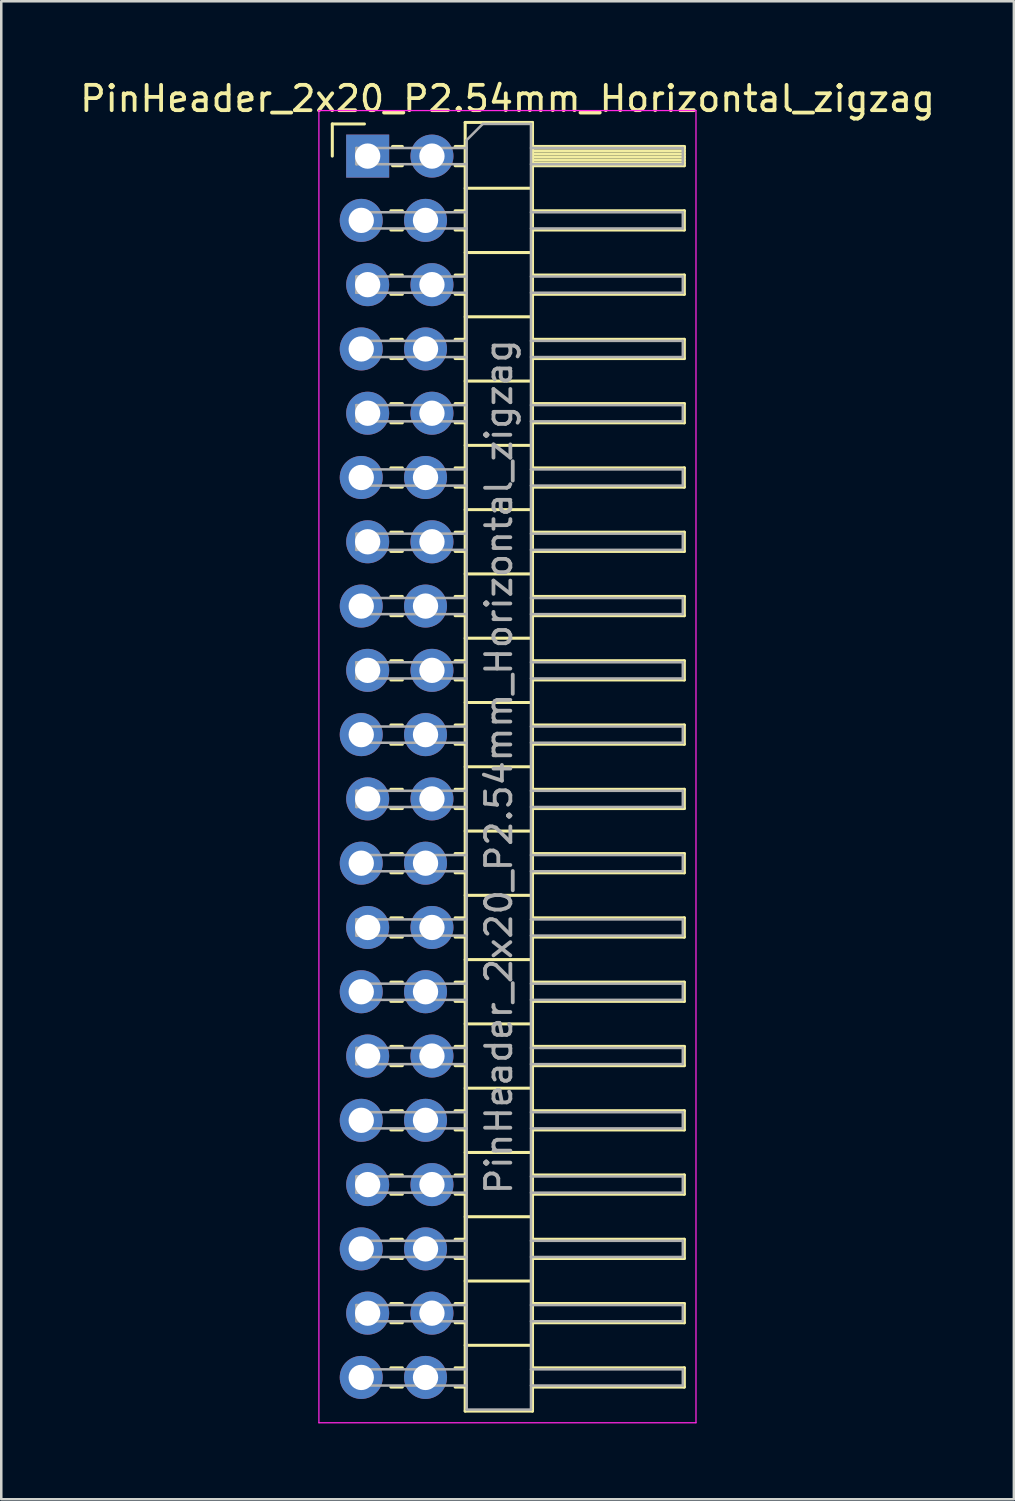
<source format=kicad_pcb>
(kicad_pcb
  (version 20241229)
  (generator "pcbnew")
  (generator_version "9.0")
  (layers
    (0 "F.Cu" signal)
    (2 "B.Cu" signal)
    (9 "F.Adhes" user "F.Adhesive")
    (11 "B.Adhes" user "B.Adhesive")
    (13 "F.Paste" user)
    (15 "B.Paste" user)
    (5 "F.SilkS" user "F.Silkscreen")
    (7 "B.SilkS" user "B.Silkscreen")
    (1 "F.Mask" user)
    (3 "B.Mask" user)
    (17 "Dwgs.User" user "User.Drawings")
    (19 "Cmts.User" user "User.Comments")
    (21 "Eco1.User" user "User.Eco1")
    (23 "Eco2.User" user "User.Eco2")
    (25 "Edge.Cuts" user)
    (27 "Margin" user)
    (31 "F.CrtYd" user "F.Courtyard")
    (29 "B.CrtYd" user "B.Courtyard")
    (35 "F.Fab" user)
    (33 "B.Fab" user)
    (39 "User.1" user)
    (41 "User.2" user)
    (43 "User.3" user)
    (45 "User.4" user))
  (footprint "PinHeader_2x20_P2.54mm_Horizontal_zigzag"
    (layer "F.Cu")
    (at 11.351 3.118)
    (property "Reference" "PinHeader_2x20_P2.54mm_Horizontal_zigzag" (at 5.655 -2.27 0) (layer "F.SilkS") (effects (font (size 1 1) (thickness 0.15))))
    (attr through_hole)
    (fp_line (start -1.27 -1.27) (end 0 -1.27) (stroke (width 0.12) (type solid)) (layer "F.SilkS"))
    (fp_line (start -1.27 0) (end -1.27 -1.27) (stroke (width 0.12) (type solid)) (layer "F.SilkS"))
    (fp_line (start 1.043 2.16) (end 1.497 2.16) (stroke (width 0.12) (type solid)) (layer "F.SilkS"))
    (fp_line (start 1.043 2.92) (end 1.497 2.92) (stroke (width 0.12) (type solid)) (layer "F.SilkS"))
    (fp_line (start 1.043 4.7) (end 1.497 4.7) (stroke (width 0.12) (type solid)) (layer "F.SilkS"))
    (fp_line (start 1.043 5.46) (end 1.497 5.46) (stroke (width 0.12) (type solid)) (layer "F.SilkS"))
    (fp_line (start 1.043 7.24) (end 1.497 7.24) (stroke (width 0.12) (type solid)) (layer "F.SilkS"))
    (fp_line (start 1.043 8) (end 1.497 8) (stroke (width 0.12) (type solid)) (layer "F.SilkS"))
    (fp_line (start 1.043 9.78) (end 1.497 9.78) (stroke (width 0.12) (type solid)) (layer "F.SilkS"))
    (fp_line (start 1.043 10.54) (end 1.497 10.54) (stroke (width 0.12) (type solid)) (layer "F.SilkS"))
    (fp_line (start 1.043 12.32) (end 1.497 12.32) (stroke (width 0.12) (type solid)) (layer "F.SilkS"))
    (fp_line (start 1.043 13.08) (end 1.497 13.08) (stroke (width 0.12) (type solid)) (layer "F.SilkS"))
    (fp_line (start 1.043 14.86) (end 1.497 14.86) (stroke (width 0.12) (type solid)) (layer "F.SilkS"))
    (fp_line (start 1.043 15.62) (end 1.497 15.62) (stroke (width 0.12) (type solid)) (layer "F.SilkS"))
    (fp_line (start 1.043 17.4) (end 1.497 17.4) (stroke (width 0.12) (type solid)) (layer "F.SilkS"))
    (fp_line (start 1.043 18.16) (end 1.497 18.16) (stroke (width 0.12) (type solid)) (layer "F.SilkS"))
    (fp_line (start 1.043 19.94) (end 1.497 19.94) (stroke (width 0.12) (type solid)) (layer "F.SilkS"))
    (fp_line (start 1.043 20.7) (end 1.497 20.7) (stroke (width 0.12) (type solid)) (layer "F.SilkS"))
    (fp_line (start 1.043 22.48) (end 1.497 22.48) (stroke (width 0.12) (type solid)) (layer "F.SilkS"))
    (fp_line (start 1.043 23.24) (end 1.497 23.24) (stroke (width 0.12) (type solid)) (layer "F.SilkS"))
    (fp_line (start 1.043 25.02) (end 1.497 25.02) (stroke (width 0.12) (type solid)) (layer "F.SilkS"))
    (fp_line (start 1.043 25.78) (end 1.497 25.78) (stroke (width 0.12) (type solid)) (layer "F.SilkS"))
    (fp_line (start 1.043 27.56) (end 1.497 27.56) (stroke (width 0.12) (type solid)) (layer "F.SilkS"))
    (fp_line (start 1.043 28.32) (end 1.497 28.32) (stroke (width 0.12) (type solid)) (layer "F.SilkS"))
    (fp_line (start 1.043 30.1) (end 1.497 30.1) (stroke (width 0.12) (type solid)) (layer "F.SilkS"))
    (fp_line (start 1.043 30.86) (end 1.497 30.86) (stroke (width 0.12) (type solid)) (layer "F.SilkS"))
    (fp_line (start 1.043 32.64) (end 1.497 32.64) (stroke (width 0.12) (type solid)) (layer "F.SilkS"))
    (fp_line (start 1.043 33.4) (end 1.497 33.4) (stroke (width 0.12) (type solid)) (layer "F.SilkS"))
    (fp_line (start 1.043 35.18) (end 1.497 35.18) (stroke (width 0.12) (type solid)) (layer "F.SilkS"))
    (fp_line (start 1.043 35.94) (end 1.497 35.94) (stroke (width 0.12) (type solid)) (layer "F.SilkS"))
    (fp_line (start 1.043 37.72) (end 1.497 37.72) (stroke (width 0.12) (type solid)) (layer "F.SilkS"))
    (fp_line (start 1.043 38.48) (end 1.497 38.48) (stroke (width 0.12) (type solid)) (layer "F.SilkS"))
    (fp_line (start 1.043 40.26) (end 1.497 40.26) (stroke (width 0.12) (type solid)) (layer "F.SilkS"))
    (fp_line (start 1.043 41.02) (end 1.497 41.02) (stroke (width 0.12) (type solid)) (layer "F.SilkS"))
    (fp_line (start 1.043 42.8) (end 1.497 42.8) (stroke (width 0.12) (type solid)) (layer "F.SilkS"))
    (fp_line (start 1.043 43.56) (end 1.497 43.56) (stroke (width 0.12) (type solid)) (layer "F.SilkS"))
    (fp_line (start 1.043 45.34) (end 1.497 45.34) (stroke (width 0.12) (type solid)) (layer "F.SilkS"))
    (fp_line (start 1.043 46.1) (end 1.497 46.1) (stroke (width 0.12) (type solid)) (layer "F.SilkS"))
    (fp_line (start 1.043 47.88) (end 1.497 47.88) (stroke (width 0.12) (type solid)) (layer "F.SilkS"))
    (fp_line (start 1.043 48.64) (end 1.497 48.64) (stroke (width 0.12) (type solid)) (layer "F.SilkS"))
    (fp_line (start 1.11 -0.38) (end 1.497 -0.38) (stroke (width 0.12) (type solid)) (layer "F.SilkS"))
    (fp_line (start 1.11 0.38) (end 1.497 0.38) (stroke (width 0.12) (type solid)) (layer "F.SilkS"))
    (fp_line (start 3.583 -0.38) (end 3.98 -0.38) (stroke (width 0.12) (type solid)) (layer "F.SilkS"))
    (fp_line (start 3.583 0.38) (end 3.98 0.38) (stroke (width 0.12) (type solid)) (layer "F.SilkS"))
    (fp_line (start 3.583 2.16) (end 3.98 2.16) (stroke (width 0.12) (type solid)) (layer "F.SilkS"))
    (fp_line (start 3.583 2.92) (end 3.98 2.92) (stroke (width 0.12) (type solid)) (layer "F.SilkS"))
    (fp_line (start 3.583 4.7) (end 3.98 4.7) (stroke (width 0.12) (type solid)) (layer "F.SilkS"))
    (fp_line (start 3.583 5.46) (end 3.98 5.46) (stroke (width 0.12) (type solid)) (layer "F.SilkS"))
    (fp_line (start 3.583 7.24) (end 3.98 7.24) (stroke (width 0.12) (type solid)) (layer "F.SilkS"))
    (fp_line (start 3.583 8) (end 3.98 8) (stroke (width 0.12) (type solid)) (layer "F.SilkS"))
    (fp_line (start 3.583 9.78) (end 3.98 9.78) (stroke (width 0.12) (type solid)) (layer "F.SilkS"))
    (fp_line (start 3.583 10.54) (end 3.98 10.54) (stroke (width 0.12) (type solid)) (layer "F.SilkS"))
    (fp_line (start 3.583 12.32) (end 3.98 12.32) (stroke (width 0.12) (type solid)) (layer "F.SilkS"))
    (fp_line (start 3.583 13.08) (end 3.98 13.08) (stroke (width 0.12) (type solid)) (layer "F.SilkS"))
    (fp_line (start 3.583 14.86) (end 3.98 14.86) (stroke (width 0.12) (type solid)) (layer "F.SilkS"))
    (fp_line (start 3.583 15.62) (end 3.98 15.62) (stroke (width 0.12) (type solid)) (layer "F.SilkS"))
    (fp_line (start 3.583 17.4) (end 3.98 17.4) (stroke (width 0.12) (type solid)) (layer "F.SilkS"))
    (fp_line (start 3.583 18.16) (end 3.98 18.16) (stroke (width 0.12) (type solid)) (layer "F.SilkS"))
    (fp_line (start 3.583 19.94) (end 3.98 19.94) (stroke (width 0.12) (type solid)) (layer "F.SilkS"))
    (fp_line (start 3.583 20.7) (end 3.98 20.7) (stroke (width 0.12) (type solid)) (layer "F.SilkS"))
    (fp_line (start 3.583 22.48) (end 3.98 22.48) (stroke (width 0.12) (type solid)) (layer "F.SilkS"))
    (fp_line (start 3.583 23.24) (end 3.98 23.24) (stroke (width 0.12) (type solid)) (layer "F.SilkS"))
    (fp_line (start 3.583 25.02) (end 3.98 25.02) (stroke (width 0.12) (type solid)) (layer "F.SilkS"))
    (fp_line (start 3.583 25.78) (end 3.98 25.78) (stroke (width 0.12) (type solid)) (layer "F.SilkS"))
    (fp_line (start 3.583 27.56) (end 3.98 27.56) (stroke (width 0.12) (type solid)) (layer "F.SilkS"))
    (fp_line (start 3.583 28.32) (end 3.98 28.32) (stroke (width 0.12) (type solid)) (layer "F.SilkS"))
    (fp_line (start 3.583 30.1) (end 3.98 30.1) (stroke (width 0.12) (type solid)) (layer "F.SilkS"))
    (fp_line (start 3.583 30.86) (end 3.98 30.86) (stroke (width 0.12) (type solid)) (layer "F.SilkS"))
    (fp_line (start 3.583 32.64) (end 3.98 32.64) (stroke (width 0.12) (type solid)) (layer "F.SilkS"))
    (fp_line (start 3.583 33.4) (end 3.98 33.4) (stroke (width 0.12) (type solid)) (layer "F.SilkS"))
    (fp_line (start 3.583 35.18) (end 3.98 35.18) (stroke (width 0.12) (type solid)) (layer "F.SilkS"))
    (fp_line (start 3.583 35.94) (end 3.98 35.94) (stroke (width 0.12) (type solid)) (layer "F.SilkS"))
    (fp_line (start 3.583 37.72) (end 3.98 37.72) (stroke (width 0.12) (type solid)) (layer "F.SilkS"))
    (fp_line (start 3.583 38.48) (end 3.98 38.48) (stroke (width 0.12) (type solid)) (layer "F.SilkS"))
    (fp_line (start 3.583 40.26) (end 3.98 40.26) (stroke (width 0.12) (type solid)) (layer "F.SilkS"))
    (fp_line (start 3.583 41.02) (end 3.98 41.02) (stroke (width 0.12) (type solid)) (layer "F.SilkS"))
    (fp_line (start 3.583 42.8) (end 3.98 42.8) (stroke (width 0.12) (type solid)) (layer "F.SilkS"))
    (fp_line (start 3.583 43.56) (end 3.98 43.56) (stroke (width 0.12) (type solid)) (layer "F.SilkS"))
    (fp_line (start 3.583 45.34) (end 3.98 45.34) (stroke (width 0.12) (type solid)) (layer "F.SilkS"))
    (fp_line (start 3.583 46.1) (end 3.98 46.1) (stroke (width 0.12) (type solid)) (layer "F.SilkS"))
    (fp_line (start 3.583 47.88) (end 3.98 47.88) (stroke (width 0.12) (type solid)) (layer "F.SilkS"))
    (fp_line (start 3.583 48.64) (end 3.98 48.64) (stroke (width 0.12) (type solid)) (layer "F.SilkS"))
    (fp_line (start 3.98 -1.33) (end 3.98 49.59) (stroke (width 0.12) (type solid)) (layer "F.SilkS"))
    (fp_line (start 3.98 1.27) (end 6.64 1.27) (stroke (width 0.12) (type solid)) (layer "F.SilkS"))
    (fp_line (start 3.98 3.81) (end 6.64 3.81) (stroke (width 0.12) (type solid)) (layer "F.SilkS"))
    (fp_line (start 3.98 6.35) (end 6.64 6.35) (stroke (width 0.12) (type solid)) (layer "F.SilkS"))
    (fp_line (start 3.98 8.89) (end 6.64 8.89) (stroke (width 0.12) (type solid)) (layer "F.SilkS"))
    (fp_line (start 3.98 11.43) (end 6.64 11.43) (stroke (width 0.12) (type solid)) (layer "F.SilkS"))
    (fp_line (start 3.98 13.97) (end 6.64 13.97) (stroke (width 0.12) (type solid)) (layer "F.SilkS"))
    (fp_line (start 3.98 16.51) (end 6.64 16.51) (stroke (width 0.12) (type solid)) (layer "F.SilkS"))
    (fp_line (start 3.98 19.05) (end 6.64 19.05) (stroke (width 0.12) (type solid)) (layer "F.SilkS"))
    (fp_line (start 3.98 21.59) (end 6.64 21.59) (stroke (width 0.12) (type solid)) (layer "F.SilkS"))
    (fp_line (start 3.98 24.13) (end 6.64 24.13) (stroke (width 0.12) (type solid)) (layer "F.SilkS"))
    (fp_line (start 3.98 26.67) (end 6.64 26.67) (stroke (width 0.12) (type solid)) (layer "F.SilkS"))
    (fp_line (start 3.98 29.21) (end 6.64 29.21) (stroke (width 0.12) (type solid)) (layer "F.SilkS"))
    (fp_line (start 3.98 31.75) (end 6.64 31.75) (stroke (width 0.12) (type solid)) (layer "F.SilkS"))
    (fp_line (start 3.98 34.29) (end 6.64 34.29) (stroke (width 0.12) (type solid)) (layer "F.SilkS"))
    (fp_line (start 3.98 36.83) (end 6.64 36.83) (stroke (width 0.12) (type solid)) (layer "F.SilkS"))
    (fp_line (start 3.98 39.37) (end 6.64 39.37) (stroke (width 0.12) (type solid)) (layer "F.SilkS"))
    (fp_line (start 3.98 41.91) (end 6.64 41.91) (stroke (width 0.12) (type solid)) (layer "F.SilkS"))
    (fp_line (start 3.98 44.45) (end 6.64 44.45) (stroke (width 0.12) (type solid)) (layer "F.SilkS"))
    (fp_line (start 3.98 46.99) (end 6.64 46.99) (stroke (width 0.12) (type solid)) (layer "F.SilkS"))
    (fp_line (start 3.98 49.59) (end 6.64 49.59) (stroke (width 0.12) (type solid)) (layer "F.SilkS"))
    (fp_line (start 6.64 -1.33) (end 3.98 -1.33) (stroke (width 0.12) (type solid)) (layer "F.SilkS"))
    (fp_line (start 6.64 -0.38) (end 12.64 -0.38) (stroke (width 0.12) (type solid)) (layer "F.SilkS"))
    (fp_line (start 6.64 -0.32) (end 12.64 -0.32) (stroke (width 0.12) (type solid)) (layer "F.SilkS"))
    (fp_line (start 6.64 -0.2) (end 12.64 -0.2) (stroke (width 0.12) (type solid)) (layer "F.SilkS"))
    (fp_line (start 6.64 -0.08) (end 12.64 -0.08) (stroke (width 0.12) (type solid)) (layer "F.SilkS"))
    (fp_line (start 6.64 0.04) (end 12.64 0.04) (stroke (width 0.12) (type solid)) (layer "F.SilkS"))
    (fp_line (start 6.64 0.16) (end 12.64 0.16) (stroke (width 0.12) (type solid)) (layer "F.SilkS"))
    (fp_line (start 6.64 0.28) (end 12.64 0.28) (stroke (width 0.12) (type solid)) (layer "F.SilkS"))
    (fp_line (start 6.64 2.16) (end 12.64 2.16) (stroke (width 0.12) (type solid)) (layer "F.SilkS"))
    (fp_line (start 6.64 4.7) (end 12.64 4.7) (stroke (width 0.12) (type solid)) (layer "F.SilkS"))
    (fp_line (start 6.64 7.24) (end 12.64 7.24) (stroke (width 0.12) (type solid)) (layer "F.SilkS"))
    (fp_line (start 6.64 9.78) (end 12.64 9.78) (stroke (width 0.12) (type solid)) (layer "F.SilkS"))
    (fp_line (start 6.64 12.32) (end 12.64 12.32) (stroke (width 0.12) (type solid)) (layer "F.SilkS"))
    (fp_line (start 6.64 14.86) (end 12.64 14.86) (stroke (width 0.12) (type solid)) (layer "F.SilkS"))
    (fp_line (start 6.64 17.4) (end 12.64 17.4) (stroke (width 0.12) (type solid)) (layer "F.SilkS"))
    (fp_line (start 6.64 19.94) (end 12.64 19.94) (stroke (width 0.12) (type solid)) (layer "F.SilkS"))
    (fp_line (start 6.64 22.48) (end 12.64 22.48) (stroke (width 0.12) (type solid)) (layer "F.SilkS"))
    (fp_line (start 6.64 25.02) (end 12.64 25.02) (stroke (width 0.12) (type solid)) (layer "F.SilkS"))
    (fp_line (start 6.64 27.56) (end 12.64 27.56) (stroke (width 0.12) (type solid)) (layer "F.SilkS"))
    (fp_line (start 6.64 30.1) (end 12.64 30.1) (stroke (width 0.12) (type solid)) (layer "F.SilkS"))
    (fp_line (start 6.64 32.64) (end 12.64 32.64) (stroke (width 0.12) (type solid)) (layer "F.SilkS"))
    (fp_line (start 6.64 35.18) (end 12.64 35.18) (stroke (width 0.12) (type solid)) (layer "F.SilkS"))
    (fp_line (start 6.64 37.72) (end 12.64 37.72) (stroke (width 0.12) (type solid)) (layer "F.SilkS"))
    (fp_line (start 6.64 40.26) (end 12.64 40.26) (stroke (width 0.12) (type solid)) (layer "F.SilkS"))
    (fp_line (start 6.64 42.8) (end 12.64 42.8) (stroke (width 0.12) (type solid)) (layer "F.SilkS"))
    (fp_line (start 6.64 45.34) (end 12.64 45.34) (stroke (width 0.12) (type solid)) (layer "F.SilkS"))
    (fp_line (start 6.64 47.88) (end 12.64 47.88) (stroke (width 0.12) (type solid)) (layer "F.SilkS"))
    (fp_line (start 6.64 49.59) (end 6.64 -1.33) (stroke (width 0.12) (type solid)) (layer "F.SilkS"))
    (fp_line (start 12.64 -0.38) (end 12.64 0.38) (stroke (width 0.12) (type solid)) (layer "F.SilkS"))
    (fp_line (start 12.64 0.38) (end 6.64 0.38) (stroke (width 0.12) (type solid)) (layer "F.SilkS"))
    (fp_line (start 12.64 2.16) (end 12.64 2.92) (stroke (width 0.12) (type solid)) (layer "F.SilkS"))
    (fp_line (start 12.64 2.92) (end 6.64 2.92) (stroke (width 0.12) (type solid)) (layer "F.SilkS"))
    (fp_line (start 12.64 4.7) (end 12.64 5.46) (stroke (width 0.12) (type solid)) (layer "F.SilkS"))
    (fp_line (start 12.64 5.46) (end 6.64 5.46) (stroke (width 0.12) (type solid)) (layer "F.SilkS"))
    (fp_line (start 12.64 7.24) (end 12.64 8) (stroke (width 0.12) (type solid)) (layer "F.SilkS"))
    (fp_line (start 12.64 8) (end 6.64 8) (stroke (width 0.12) (type solid)) (layer "F.SilkS"))
    (fp_line (start 12.64 9.78) (end 12.64 10.54) (stroke (width 0.12) (type solid)) (layer "F.SilkS"))
    (fp_line (start 12.64 10.54) (end 6.64 10.54) (stroke (width 0.12) (type solid)) (layer "F.SilkS"))
    (fp_line (start 12.64 12.32) (end 12.64 13.08) (stroke (width 0.12) (type solid)) (layer "F.SilkS"))
    (fp_line (start 12.64 13.08) (end 6.64 13.08) (stroke (width 0.12) (type solid)) (layer "F.SilkS"))
    (fp_line (start 12.64 14.86) (end 12.64 15.62) (stroke (width 0.12) (type solid)) (layer "F.SilkS"))
    (fp_line (start 12.64 15.62) (end 6.64 15.62) (stroke (width 0.12) (type solid)) (layer "F.SilkS"))
    (fp_line (start 12.64 17.4) (end 12.64 18.16) (stroke (width 0.12) (type solid)) (layer "F.SilkS"))
    (fp_line (start 12.64 18.16) (end 6.64 18.16) (stroke (width 0.12) (type solid)) (layer "F.SilkS"))
    (fp_line (start 12.64 19.94) (end 12.64 20.7) (stroke (width 0.12) (type solid)) (layer "F.SilkS"))
    (fp_line (start 12.64 20.7) (end 6.64 20.7) (stroke (width 0.12) (type solid)) (layer "F.SilkS"))
    (fp_line (start 12.64 22.48) (end 12.64 23.24) (stroke (width 0.12) (type solid)) (layer "F.SilkS"))
    (fp_line (start 12.64 23.24) (end 6.64 23.24) (stroke (width 0.12) (type solid)) (layer "F.SilkS"))
    (fp_line (start 12.64 25.02) (end 12.64 25.78) (stroke (width 0.12) (type solid)) (layer "F.SilkS"))
    (fp_line (start 12.64 25.78) (end 6.64 25.78) (stroke (width 0.12) (type solid)) (layer "F.SilkS"))
    (fp_line (start 12.64 27.56) (end 12.64 28.32) (stroke (width 0.12) (type solid)) (layer "F.SilkS"))
    (fp_line (start 12.64 28.32) (end 6.64 28.32) (stroke (width 0.12) (type solid)) (layer "F.SilkS"))
    (fp_line (start 12.64 30.1) (end 12.64 30.86) (stroke (width 0.12) (type solid)) (layer "F.SilkS"))
    (fp_line (start 12.64 30.86) (end 6.64 30.86) (stroke (width 0.12) (type solid)) (layer "F.SilkS"))
    (fp_line (start 12.64 32.64) (end 12.64 33.4) (stroke (width 0.12) (type solid)) (layer "F.SilkS"))
    (fp_line (start 12.64 33.4) (end 6.64 33.4) (stroke (width 0.12) (type solid)) (layer "F.SilkS"))
    (fp_line (start 12.64 35.18) (end 12.64 35.94) (stroke (width 0.12) (type solid)) (layer "F.SilkS"))
    (fp_line (start 12.64 35.94) (end 6.64 35.94) (stroke (width 0.12) (type solid)) (layer "F.SilkS"))
    (fp_line (start 12.64 37.72) (end 12.64 38.48) (stroke (width 0.12) (type solid)) (layer "F.SilkS"))
    (fp_line (start 12.64 38.48) (end 6.64 38.48) (stroke (width 0.12) (type solid)) (layer "F.SilkS"))
    (fp_line (start 12.64 40.26) (end 12.64 41.02) (stroke (width 0.12) (type solid)) (layer "F.SilkS"))
    (fp_line (start 12.64 41.02) (end 6.64 41.02) (stroke (width 0.12) (type solid)) (layer "F.SilkS"))
    (fp_line (start 12.64 42.8) (end 12.64 43.56) (stroke (width 0.12) (type solid)) (layer "F.SilkS"))
    (fp_line (start 12.64 43.56) (end 6.64 43.56) (stroke (width 0.12) (type solid)) (layer "F.SilkS"))
    (fp_line (start 12.64 45.34) (end 12.64 46.1) (stroke (width 0.12) (type solid)) (layer "F.SilkS"))
    (fp_line (start 12.64 46.1) (end 6.64 46.1) (stroke (width 0.12) (type solid)) (layer "F.SilkS"))
    (fp_line (start 12.64 47.88) (end 12.64 48.64) (stroke (width 0.12) (type solid)) (layer "F.SilkS"))
    (fp_line (start 12.64 48.64) (end 6.64 48.64) (stroke (width 0.12) (type solid)) (layer "F.SilkS"))
    (fp_line (start -1.8 -1.8) (end -1.8 50.05) (stroke (width 0.05) (type solid)) (layer "F.CrtYd"))
    (fp_line (start -1.8 50.05) (end 13.1 50.05) (stroke (width 0.05) (type solid)) (layer "F.CrtYd"))
    (fp_line (start 13.1 -1.8) (end -1.8 -1.8) (stroke (width 0.05) (type solid)) (layer "F.CrtYd"))
    (fp_line (start 13.1 50.05) (end 13.1 -1.8) (stroke (width 0.05) (type solid)) (layer "F.CrtYd"))
    (fp_line (start -0.32 -0.32) (end -0.32 0.32) (stroke (width 0.1) (type solid)) (layer "F.Fab"))
    (fp_line (start -0.32 -0.32) (end 4.04 -0.32) (stroke (width 0.1) (type solid)) (layer "F.Fab"))
    (fp_line (start -0.32 0.32) (end 4.04 0.32) (stroke (width 0.1) (type solid)) (layer "F.Fab"))
    (fp_line (start -0.32 2.22) (end -0.32 2.86) (stroke (width 0.1) (type solid)) (layer "F.Fab"))
    (fp_line (start -0.32 2.22) (end 4.04 2.22) (stroke (width 0.1) (type solid)) (layer "F.Fab"))
    (fp_line (start -0.32 2.86) (end 4.04 2.86) (stroke (width 0.1) (type solid)) (layer "F.Fab"))
    (fp_line (start -0.32 4.76) (end -0.32 5.4) (stroke (width 0.1) (type solid)) (layer "F.Fab"))
    (fp_line (start -0.32 4.76) (end 4.04 4.76) (stroke (width 0.1) (type solid)) (layer "F.Fab"))
    (fp_line (start -0.32 5.4) (end 4.04 5.4) (stroke (width 0.1) (type solid)) (layer "F.Fab"))
    (fp_line (start -0.32 7.3) (end -0.32 7.94) (stroke (width 0.1) (type solid)) (layer "F.Fab"))
    (fp_line (start -0.32 7.3) (end 4.04 7.3) (stroke (width 0.1) (type solid)) (layer "F.Fab"))
    (fp_line (start -0.32 7.94) (end 4.04 7.94) (stroke (width 0.1) (type solid)) (layer "F.Fab"))
    (fp_line (start -0.32 9.84) (end -0.32 10.48) (stroke (width 0.1) (type solid)) (layer "F.Fab"))
    (fp_line (start -0.32 9.84) (end 4.04 9.84) (stroke (width 0.1) (type solid)) (layer "F.Fab"))
    (fp_line (start -0.32 10.48) (end 4.04 10.48) (stroke (width 0.1) (type solid)) (layer "F.Fab"))
    (fp_line (start -0.32 12.38) (end -0.32 13.02) (stroke (width 0.1) (type solid)) (layer "F.Fab"))
    (fp_line (start -0.32 12.38) (end 4.04 12.38) (stroke (width 0.1) (type solid)) (layer "F.Fab"))
    (fp_line (start -0.32 13.02) (end 4.04 13.02) (stroke (width 0.1) (type solid)) (layer "F.Fab"))
    (fp_line (start -0.32 14.92) (end -0.32 15.56) (stroke (width 0.1) (type solid)) (layer "F.Fab"))
    (fp_line (start -0.32 14.92) (end 4.04 14.92) (stroke (width 0.1) (type solid)) (layer "F.Fab"))
    (fp_line (start -0.32 15.56) (end 4.04 15.56) (stroke (width 0.1) (type solid)) (layer "F.Fab"))
    (fp_line (start -0.32 17.46) (end -0.32 18.1) (stroke (width 0.1) (type solid)) (layer "F.Fab"))
    (fp_line (start -0.32 17.46) (end 4.04 17.46) (stroke (width 0.1) (type solid)) (layer "F.Fab"))
    (fp_line (start -0.32 18.1) (end 4.04 18.1) (stroke (width 0.1) (type solid)) (layer "F.Fab"))
    (fp_line (start -0.32 20) (end -0.32 20.64) (stroke (width 0.1) (type solid)) (layer "F.Fab"))
    (fp_line (start -0.32 20) (end 4.04 20) (stroke (width 0.1) (type solid)) (layer "F.Fab"))
    (fp_line (start -0.32 20.64) (end 4.04 20.64) (stroke (width 0.1) (type solid)) (layer "F.Fab"))
    (fp_line (start -0.32 22.54) (end -0.32 23.18) (stroke (width 0.1) (type solid)) (layer "F.Fab"))
    (fp_line (start -0.32 22.54) (end 4.04 22.54) (stroke (width 0.1) (type solid)) (layer "F.Fab"))
    (fp_line (start -0.32 23.18) (end 4.04 23.18) (stroke (width 0.1) (type solid)) (layer "F.Fab"))
    (fp_line (start -0.32 25.08) (end -0.32 25.72) (stroke (width 0.1) (type solid)) (layer "F.Fab"))
    (fp_line (start -0.32 25.08) (end 4.04 25.08) (stroke (width 0.1) (type solid)) (layer "F.Fab"))
    (fp_line (start -0.32 25.72) (end 4.04 25.72) (stroke (width 0.1) (type solid)) (layer "F.Fab"))
    (fp_line (start -0.32 27.62) (end -0.32 28.26) (stroke (width 0.1) (type solid)) (layer "F.Fab"))
    (fp_line (start -0.32 27.62) (end 4.04 27.62) (stroke (width 0.1) (type solid)) (layer "F.Fab"))
    (fp_line (start -0.32 28.26) (end 4.04 28.26) (stroke (width 0.1) (type solid)) (layer "F.Fab"))
    (fp_line (start -0.32 30.16) (end -0.32 30.8) (stroke (width 0.1) (type solid)) (layer "F.Fab"))
    (fp_line (start -0.32 30.16) (end 4.04 30.16) (stroke (width 0.1) (type solid)) (layer "F.Fab"))
    (fp_line (start -0.32 30.8) (end 4.04 30.8) (stroke (width 0.1) (type solid)) (layer "F.Fab"))
    (fp_line (start -0.32 32.7) (end -0.32 33.34) (stroke (width 0.1) (type solid)) (layer "F.Fab"))
    (fp_line (start -0.32 32.7) (end 4.04 32.7) (stroke (width 0.1) (type solid)) (layer "F.Fab"))
    (fp_line (start -0.32 33.34) (end 4.04 33.34) (stroke (width 0.1) (type solid)) (layer "F.Fab"))
    (fp_line (start -0.32 35.24) (end -0.32 35.88) (stroke (width 0.1) (type solid)) (layer "F.Fab"))
    (fp_line (start -0.32 35.24) (end 4.04 35.24) (stroke (width 0.1) (type solid)) (layer "F.Fab"))
    (fp_line (start -0.32 35.88) (end 4.04 35.88) (stroke (width 0.1) (type solid)) (layer "F.Fab"))
    (fp_line (start -0.32 37.78) (end -0.32 38.42) (stroke (width 0.1) (type solid)) (layer "F.Fab"))
    (fp_line (start -0.32 37.78) (end 4.04 37.78) (stroke (width 0.1) (type solid)) (layer "F.Fab"))
    (fp_line (start -0.32 38.42) (end 4.04 38.42) (stroke (width 0.1) (type solid)) (layer "F.Fab"))
    (fp_line (start -0.32 40.32) (end -0.32 40.96) (stroke (width 0.1) (type solid)) (layer "F.Fab"))
    (fp_line (start -0.32 40.32) (end 4.04 40.32) (stroke (width 0.1) (type solid)) (layer "F.Fab"))
    (fp_line (start -0.32 40.96) (end 4.04 40.96) (stroke (width 0.1) (type solid)) (layer "F.Fab"))
    (fp_line (start -0.32 42.86) (end -0.32 43.5) (stroke (width 0.1) (type solid)) (layer "F.Fab"))
    (fp_line (start -0.32 42.86) (end 4.04 42.86) (stroke (width 0.1) (type solid)) (layer "F.Fab"))
    (fp_line (start -0.32 43.5) (end 4.04 43.5) (stroke (width 0.1) (type solid)) (layer "F.Fab"))
    (fp_line (start -0.32 45.4) (end -0.32 46.04) (stroke (width 0.1) (type solid)) (layer "F.Fab"))
    (fp_line (start -0.32 45.4) (end 4.04 45.4) (stroke (width 0.1) (type solid)) (layer "F.Fab"))
    (fp_line (start -0.32 46.04) (end 4.04 46.04) (stroke (width 0.1) (type solid)) (layer "F.Fab"))
    (fp_line (start -0.32 47.94) (end -0.32 48.58) (stroke (width 0.1) (type solid)) (layer "F.Fab"))
    (fp_line (start -0.32 47.94) (end 4.04 47.94) (stroke (width 0.1) (type solid)) (layer "F.Fab"))
    (fp_line (start -0.32 48.58) (end 4.04 48.58) (stroke (width 0.1) (type solid)) (layer "F.Fab"))
    (fp_line (start 4.04 -0.635) (end 4.675 -1.27) (stroke (width 0.1) (type solid)) (layer "F.Fab"))
    (fp_line (start 4.04 49.53) (end 4.04 -0.635) (stroke (width 0.1) (type solid)) (layer "F.Fab"))
    (fp_line (start 4.675 -1.27) (end 6.58 -1.27) (stroke (width 0.1) (type solid)) (layer "F.Fab"))
    (fp_line (start 6.58 -1.27) (end 6.58 49.53) (stroke (width 0.1) (type solid)) (layer "F.Fab"))
    (fp_line (start 6.58 -0.32) (end 12.58 -0.32) (stroke (width 0.1) (type solid)) (layer "F.Fab"))
    (fp_line (start 6.58 0.32) (end 12.58 0.32) (stroke (width 0.1) (type solid)) (layer "F.Fab"))
    (fp_line (start 6.58 2.22) (end 12.58 2.22) (stroke (width 0.1) (type solid)) (layer "F.Fab"))
    (fp_line (start 6.58 2.86) (end 12.58 2.86) (stroke (width 0.1) (type solid)) (layer "F.Fab"))
    (fp_line (start 6.58 4.76) (end 12.58 4.76) (stroke (width 0.1) (type solid)) (layer "F.Fab"))
    (fp_line (start 6.58 5.4) (end 12.58 5.4) (stroke (width 0.1) (type solid)) (layer "F.Fab"))
    (fp_line (start 6.58 7.3) (end 12.58 7.3) (stroke (width 0.1) (type solid)) (layer "F.Fab"))
    (fp_line (start 6.58 7.94) (end 12.58 7.94) (stroke (width 0.1) (type solid)) (layer "F.Fab"))
    (fp_line (start 6.58 9.84) (end 12.58 9.84) (stroke (width 0.1) (type solid)) (layer "F.Fab"))
    (fp_line (start 6.58 10.48) (end 12.58 10.48) (stroke (width 0.1) (type solid)) (layer "F.Fab"))
    (fp_line (start 6.58 12.38) (end 12.58 12.38) (stroke (width 0.1) (type solid)) (layer "F.Fab"))
    (fp_line (start 6.58 13.02) (end 12.58 13.02) (stroke (width 0.1) (type solid)) (layer "F.Fab"))
    (fp_line (start 6.58 14.92) (end 12.58 14.92) (stroke (width 0.1) (type solid)) (layer "F.Fab"))
    (fp_line (start 6.58 15.56) (end 12.58 15.56) (stroke (width 0.1) (type solid)) (layer "F.Fab"))
    (fp_line (start 6.58 17.46) (end 12.58 17.46) (stroke (width 0.1) (type solid)) (layer "F.Fab"))
    (fp_line (start 6.58 18.1) (end 12.58 18.1) (stroke (width 0.1) (type solid)) (layer "F.Fab"))
    (fp_line (start 6.58 20) (end 12.58 20) (stroke (width 0.1) (type solid)) (layer "F.Fab"))
    (fp_line (start 6.58 20.64) (end 12.58 20.64) (stroke (width 0.1) (type solid)) (layer "F.Fab"))
    (fp_line (start 6.58 22.54) (end 12.58 22.54) (stroke (width 0.1) (type solid)) (layer "F.Fab"))
    (fp_line (start 6.58 23.18) (end 12.58 23.18) (stroke (width 0.1) (type solid)) (layer "F.Fab"))
    (fp_line (start 6.58 25.08) (end 12.58 25.08) (stroke (width 0.1) (type solid)) (layer "F.Fab"))
    (fp_line (start 6.58 25.72) (end 12.58 25.72) (stroke (width 0.1) (type solid)) (layer "F.Fab"))
    (fp_line (start 6.58 27.62) (end 12.58 27.62) (stroke (width 0.1) (type solid)) (layer "F.Fab"))
    (fp_line (start 6.58 28.26) (end 12.58 28.26) (stroke (width 0.1) (type solid)) (layer "F.Fab"))
    (fp_line (start 6.58 30.16) (end 12.58 30.16) (stroke (width 0.1) (type solid)) (layer "F.Fab"))
    (fp_line (start 6.58 30.8) (end 12.58 30.8) (stroke (width 0.1) (type solid)) (layer "F.Fab"))
    (fp_line (start 6.58 32.7) (end 12.58 32.7) (stroke (width 0.1) (type solid)) (layer "F.Fab"))
    (fp_line (start 6.58 33.34) (end 12.58 33.34) (stroke (width 0.1) (type solid)) (layer "F.Fab"))
    (fp_line (start 6.58 35.24) (end 12.58 35.24) (stroke (width 0.1) (type solid)) (layer "F.Fab"))
    (fp_line (start 6.58 35.88) (end 12.58 35.88) (stroke (width 0.1) (type solid)) (layer "F.Fab"))
    (fp_line (start 6.58 37.78) (end 12.58 37.78) (stroke (width 0.1) (type solid)) (layer "F.Fab"))
    (fp_line (start 6.58 38.42) (end 12.58 38.42) (stroke (width 0.1) (type solid)) (layer "F.Fab"))
    (fp_line (start 6.58 40.32) (end 12.58 40.32) (stroke (width 0.1) (type solid)) (layer "F.Fab"))
    (fp_line (start 6.58 40.96) (end 12.58 40.96) (stroke (width 0.1) (type solid)) (layer "F.Fab"))
    (fp_line (start 6.58 42.86) (end 12.58 42.86) (stroke (width 0.1) (type solid)) (layer "F.Fab"))
    (fp_line (start 6.58 43.5) (end 12.58 43.5) (stroke (width 0.1) (type solid)) (layer "F.Fab"))
    (fp_line (start 6.58 45.4) (end 12.58 45.4) (stroke (width 0.1) (type solid)) (layer "F.Fab"))
    (fp_line (start 6.58 46.04) (end 12.58 46.04) (stroke (width 0.1) (type solid)) (layer "F.Fab"))
    (fp_line (start 6.58 47.94) (end 12.58 47.94) (stroke (width 0.1) (type solid)) (layer "F.Fab"))
    (fp_line (start 6.58 48.58) (end 12.58 48.58) (stroke (width 0.1) (type solid)) (layer "F.Fab"))
    (fp_line (start 6.58 49.53) (end 4.04 49.53) (stroke (width 0.1) (type solid)) (layer "F.Fab"))
    (fp_line (start 12.58 -0.32) (end 12.58 0.32) (stroke (width 0.1) (type solid)) (layer "F.Fab"))
    (fp_line (start 12.58 2.22) (end 12.58 2.86) (stroke (width 0.1) (type solid)) (layer "F.Fab"))
    (fp_line (start 12.58 4.76) (end 12.58 5.4) (stroke (width 0.1) (type solid)) (layer "F.Fab"))
    (fp_line (start 12.58 7.3) (end 12.58 7.94) (stroke (width 0.1) (type solid)) (layer "F.Fab"))
    (fp_line (start 12.58 9.84) (end 12.58 10.48) (stroke (width 0.1) (type solid)) (layer "F.Fab"))
    (fp_line (start 12.58 12.38) (end 12.58 13.02) (stroke (width 0.1) (type solid)) (layer "F.Fab"))
    (fp_line (start 12.58 14.92) (end 12.58 15.56) (stroke (width 0.1) (type solid)) (layer "F.Fab"))
    (fp_line (start 12.58 17.46) (end 12.58 18.1) (stroke (width 0.1) (type solid)) (layer "F.Fab"))
    (fp_line (start 12.58 20) (end 12.58 20.64) (stroke (width 0.1) (type solid)) (layer "F.Fab"))
    (fp_line (start 12.58 22.54) (end 12.58 23.18) (stroke (width 0.1) (type solid)) (layer "F.Fab"))
    (fp_line (start 12.58 25.08) (end 12.58 25.72) (stroke (width 0.1) (type solid)) (layer "F.Fab"))
    (fp_line (start 12.58 27.62) (end 12.58 28.26) (stroke (width 0.1) (type solid)) (layer "F.Fab"))
    (fp_line (start 12.58 30.16) (end 12.58 30.8) (stroke (width 0.1) (type solid)) (layer "F.Fab"))
    (fp_line (start 12.58 32.7) (end 12.58 33.34) (stroke (width 0.1) (type solid)) (layer "F.Fab"))
    (fp_line (start 12.58 35.24) (end 12.58 35.88) (stroke (width 0.1) (type solid)) (layer "F.Fab"))
    (fp_line (start 12.58 37.78) (end 12.58 38.42) (stroke (width 0.1) (type solid)) (layer "F.Fab"))
    (fp_line (start 12.58 40.32) (end 12.58 40.96) (stroke (width 0.1) (type solid)) (layer "F.Fab"))
    (fp_line (start 12.58 42.86) (end 12.58 43.5) (stroke (width 0.1) (type solid)) (layer "F.Fab"))
    (fp_line (start 12.58 45.4) (end 12.58 46.04) (stroke (width 0.1) (type solid)) (layer "F.Fab"))
    (fp_line (start 12.58 47.94) (end 12.58 48.58) (stroke (width 0.1) (type solid)) (layer "F.Fab"))
    (fp_text user "${REFERENCE}" (at 5.31 24.13 90) (layer "F.Fab") (effects (font (size 1 1) (thickness 0.15))))
    (pad "1" thru_hole rect (at 0.127 0) (size 1.7 1.7) (drill 1) (layers "*.Cu" "*.Mask"))
    (pad "2" thru_hole oval (at 2.667 0) (size 1.7 1.7) (drill 1) (layers "*.Cu" "*.Mask"))
    (pad "3" thru_hole oval (at -0.127 2.54) (size 1.7 1.7) (drill 1) (layers "*.Cu" "*.Mask"))
    (pad "4" thru_hole oval (at 2.413 2.54) (size 1.7 1.7) (drill 1) (layers "*.Cu" "*.Mask"))
    (pad "5" thru_hole oval (at 0.127 5.08) (size 1.7 1.7) (drill 1) (layers "*.Cu" "*.Mask"))
    (pad "6" thru_hole oval (at 2.667 5.08) (size 1.7 1.7) (drill 1) (layers "*.Cu" "*.Mask"))
    (pad "7" thru_hole oval (at -0.127 7.62) (size 1.7 1.7) (drill 1) (layers "*.Cu" "*.Mask"))
    (pad "8" thru_hole oval (at 2.413 7.62) (size 1.7 1.7) (drill 1) (layers "*.Cu" "*.Mask"))
    (pad "9" thru_hole oval (at 0.127 10.16) (size 1.7 1.7) (drill 1) (layers "*.Cu" "*.Mask"))
    (pad "10" thru_hole oval (at 2.667 10.16) (size 1.7 1.7) (drill 1) (layers "*.Cu" "*.Mask"))
    (pad "11" thru_hole oval (at -0.127 12.7) (size 1.7 1.7) (drill 1) (layers "*.Cu" "*.Mask"))
    (pad "12" thru_hole oval (at 2.413 12.7) (size 1.7 1.7) (drill 1) (layers "*.Cu" "*.Mask"))
    (pad "13" thru_hole oval (at 0.127 15.24) (size 1.7 1.7) (drill 1) (layers "*.Cu" "*.Mask"))
    (pad "14" thru_hole oval (at 2.667 15.24) (size 1.7 1.7) (drill 1) (layers "*.Cu" "*.Mask"))
    (pad "15" thru_hole oval (at -0.127 17.78) (size 1.7 1.7) (drill 1) (layers "*.Cu" "*.Mask"))
    (pad "16" thru_hole oval (at 2.413 17.78) (size 1.7 1.7) (drill 1) (layers "*.Cu" "*.Mask"))
    (pad "17" thru_hole oval (at 0.127 20.32) (size 1.7 1.7) (drill 1) (layers "*.Cu" "*.Mask"))
    (pad "18" thru_hole oval (at 2.667 20.32) (size 1.7 1.7) (drill 1) (layers "*.Cu" "*.Mask"))
    (pad "19" thru_hole oval (at -0.127 22.86) (size 1.7 1.7) (drill 1) (layers "*.Cu" "*.Mask"))
    (pad "20" thru_hole oval (at 2.413 22.86) (size 1.7 1.7) (drill 1) (layers "*.Cu" "*.Mask"))
    (pad "21" thru_hole oval (at 0.127 25.4) (size 1.7 1.7) (drill 1) (layers "*.Cu" "*.Mask"))
    (pad "22" thru_hole oval (at 2.667 25.4) (size 1.7 1.7) (drill 1) (layers "*.Cu" "*.Mask"))
    (pad "23" thru_hole oval (at -0.127 27.94) (size 1.7 1.7) (drill 1) (layers "*.Cu" "*.Mask"))
    (pad "24" thru_hole oval (at 2.413 27.94) (size 1.7 1.7) (drill 1) (layers "*.Cu" "*.Mask"))
    (pad "25" thru_hole oval (at 0.127 30.48) (size 1.7 1.7) (drill 1) (layers "*.Cu" "*.Mask"))
    (pad "26" thru_hole oval (at 2.667 30.48) (size 1.7 1.7) (drill 1) (layers "*.Cu" "*.Mask"))
    (pad "27" thru_hole oval (at -0.127 33.02) (size 1.7 1.7) (drill 1) (layers "*.Cu" "*.Mask"))
    (pad "28" thru_hole oval (at 2.413 33.02) (size 1.7 1.7) (drill 1) (layers "*.Cu" "*.Mask"))
    (pad "29" thru_hole oval (at 0.127 35.56) (size 1.7 1.7) (drill 1) (layers "*.Cu" "*.Mask"))
    (pad "30" thru_hole oval (at 2.667 35.56) (size 1.7 1.7) (drill 1) (layers "*.Cu" "*.Mask"))
    (pad "31" thru_hole oval (at -0.127 38.1) (size 1.7 1.7) (drill 1) (layers "*.Cu" "*.Mask"))
    (pad "32" thru_hole oval (at 2.413 38.1) (size 1.7 1.7) (drill 1) (layers "*.Cu" "*.Mask"))
    (pad "33" thru_hole oval (at 0.127 40.64) (size 1.7 1.7) (drill 1) (layers "*.Cu" "*.Mask"))
    (pad "34" thru_hole oval (at 2.667 40.64) (size 1.7 1.7) (drill 1) (layers "*.Cu" "*.Mask"))
    (pad "35" thru_hole oval (at -0.127 43.18) (size 1.7 1.7) (drill 1) (layers "*.Cu" "*.Mask"))
    (pad "36" thru_hole oval (at 2.413 43.18) (size 1.7 1.7) (drill 1) (layers "*.Cu" "*.Mask"))
    (pad "37" thru_hole oval (at 0.127 45.72) (size 1.7 1.7) (drill 1) (layers "*.Cu" "*.Mask"))
    (pad "38" thru_hole oval (at 2.667 45.72) (size 1.7 1.7) (drill 1) (layers "*.Cu" "*.Mask"))
    (pad "39" thru_hole oval (at -0.127 48.26) (size 1.7 1.7) (drill 1) (layers "*.Cu" "*.Mask"))
    (pad "40" thru_hole oval (at 2.413 48.26) (size 1.7 1.7) (drill 1) (layers "*.Cu" "*.Mask")))
  (gr_rect
    (start -3 -3)
    (end 37.012 56.193)
    (stroke (width 0.1) (type default))
    (fill no)
    (layer "Edge.Cuts")))
</source>
